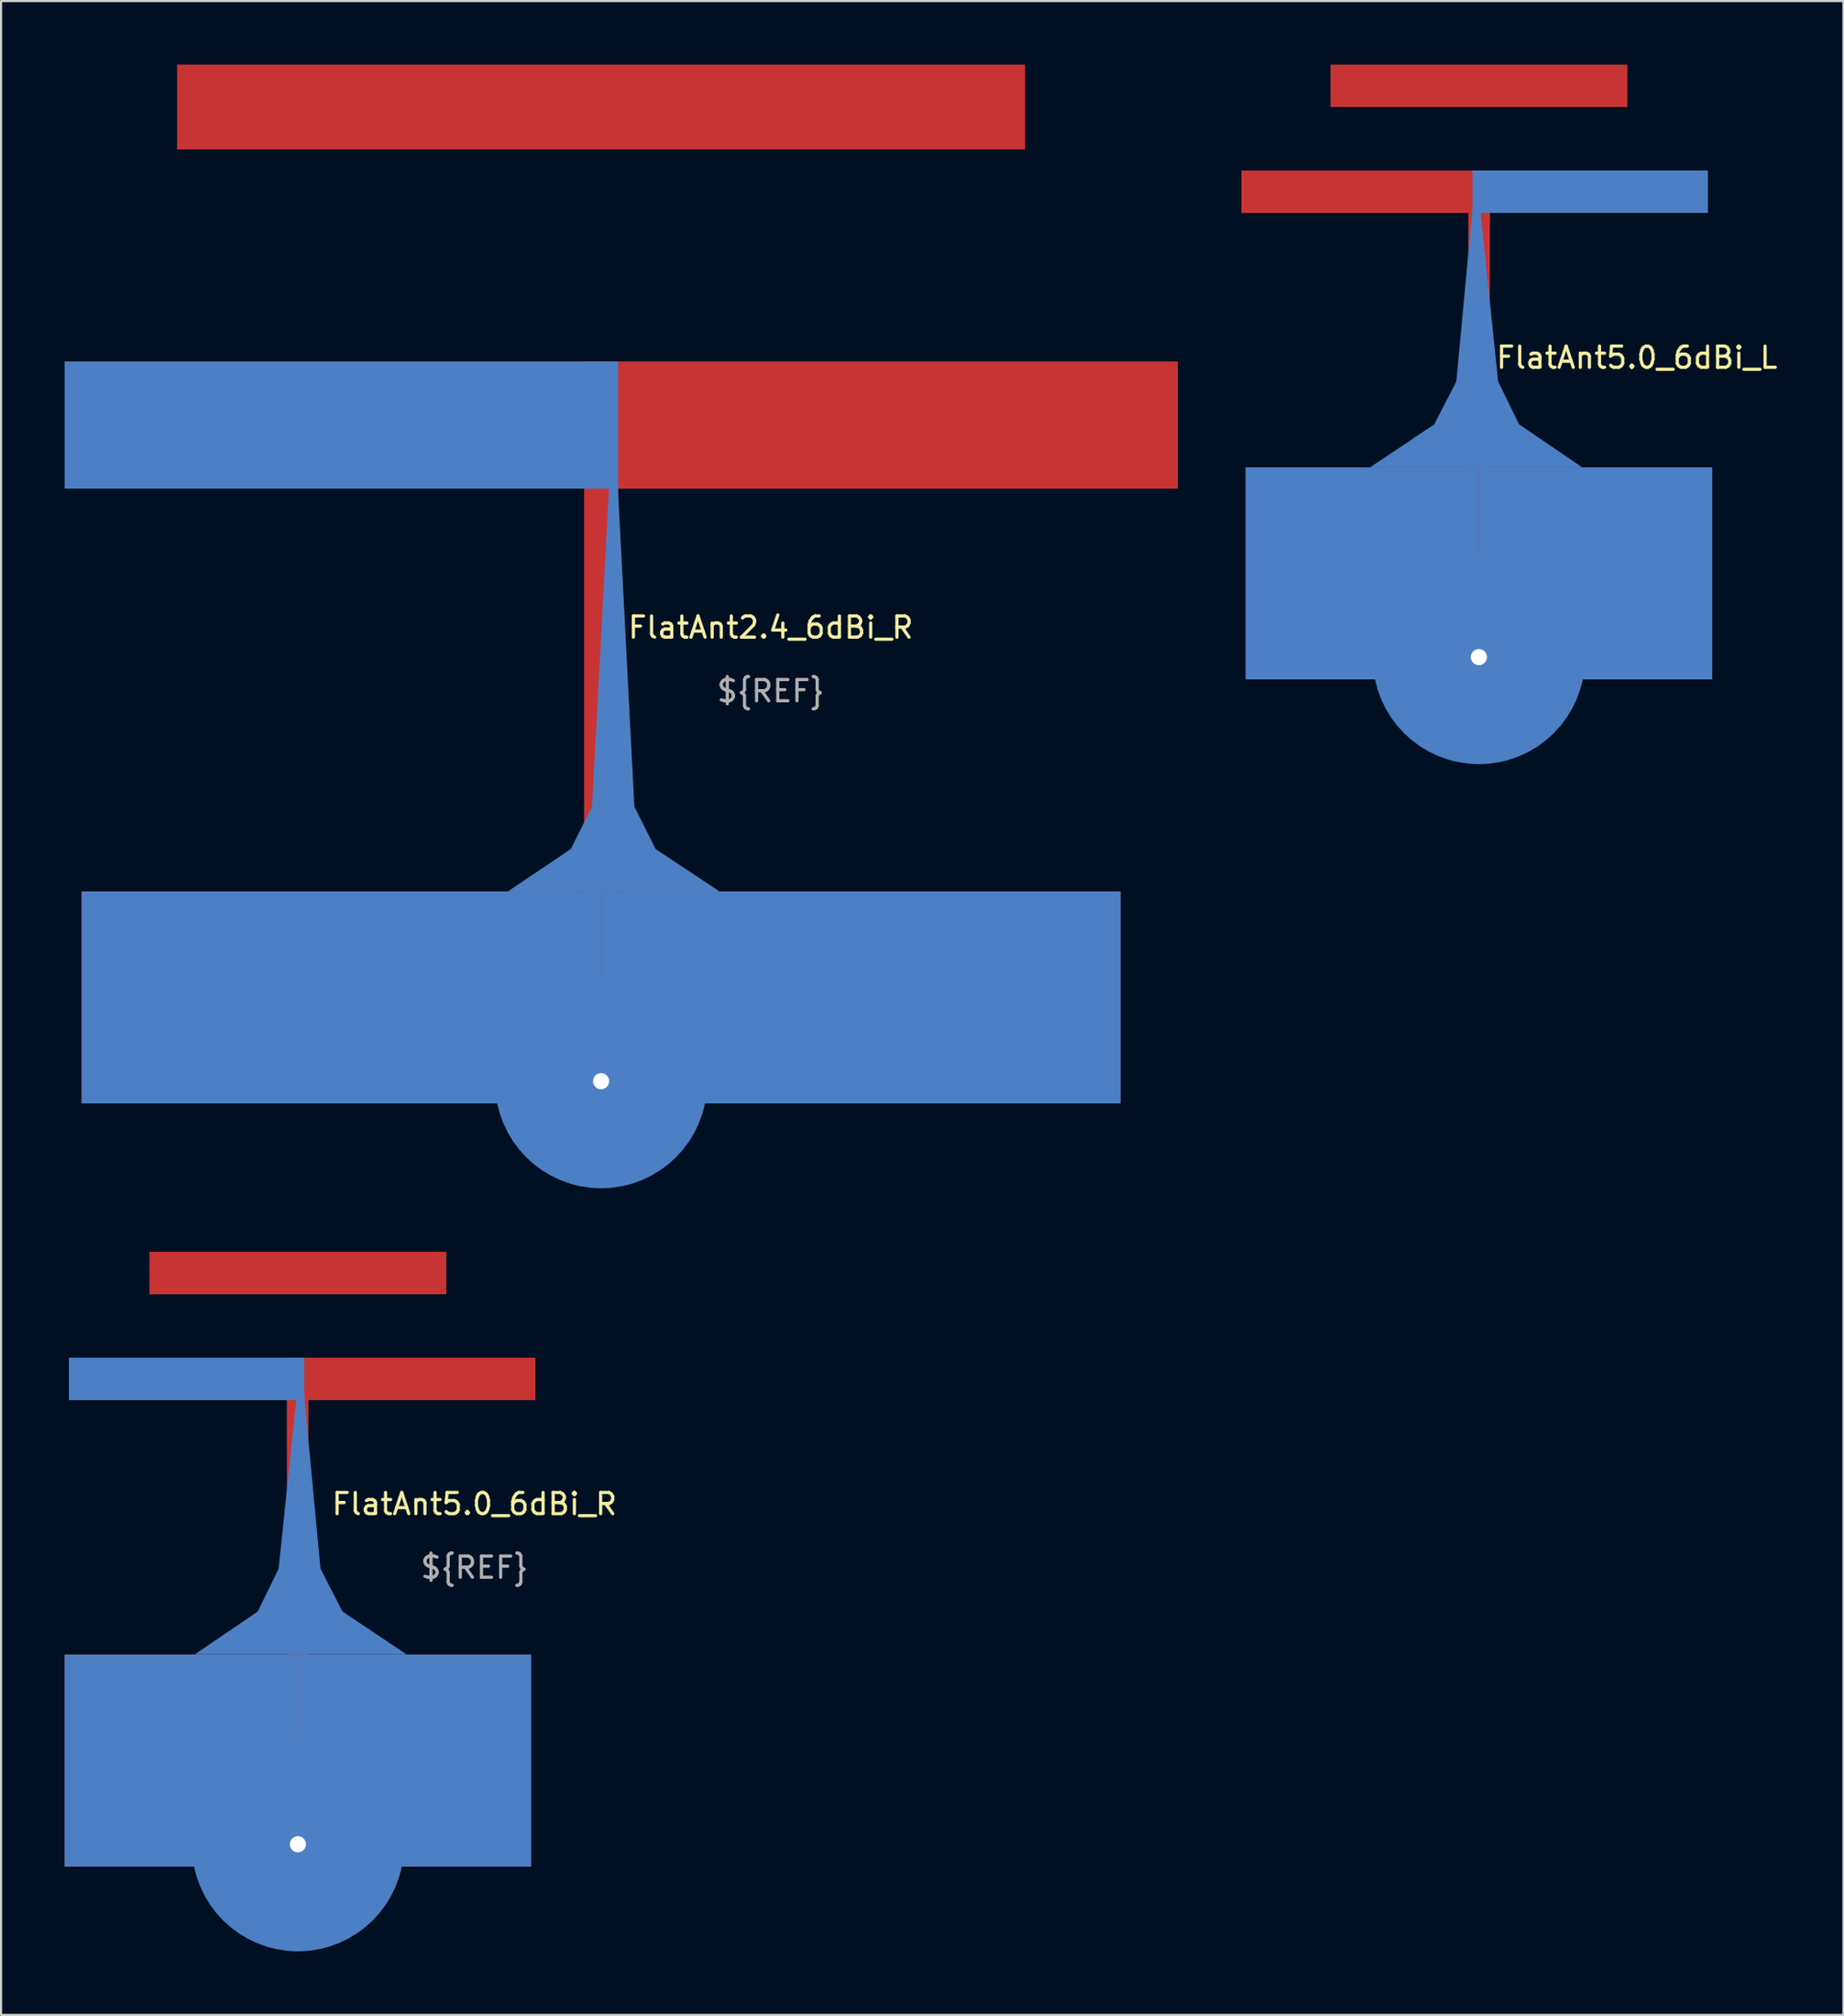
<source format=kicad_pcb>
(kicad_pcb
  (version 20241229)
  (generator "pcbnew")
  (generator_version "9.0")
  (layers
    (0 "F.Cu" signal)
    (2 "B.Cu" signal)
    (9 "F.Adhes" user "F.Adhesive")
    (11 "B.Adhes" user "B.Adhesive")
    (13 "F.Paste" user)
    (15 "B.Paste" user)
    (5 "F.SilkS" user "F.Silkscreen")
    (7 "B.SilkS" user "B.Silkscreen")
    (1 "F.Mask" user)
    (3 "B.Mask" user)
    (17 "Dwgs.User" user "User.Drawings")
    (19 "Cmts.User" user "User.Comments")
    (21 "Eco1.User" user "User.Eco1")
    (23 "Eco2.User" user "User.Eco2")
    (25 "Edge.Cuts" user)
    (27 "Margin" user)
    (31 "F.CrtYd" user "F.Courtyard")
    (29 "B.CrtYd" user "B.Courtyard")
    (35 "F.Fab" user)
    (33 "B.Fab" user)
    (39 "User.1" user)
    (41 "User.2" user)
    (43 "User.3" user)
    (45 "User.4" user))
  (footprint "FlatAnt5.0_6dBi_L"
    (layer "F.Cu")
    (at 66.7 8.945)
    (property "Reference" "FlatAnt5.0_6dBi_L" (at 7.45 4.875 0) (unlocked yes) (layer "F.SilkS") (effects (font (size 1 1) (thickness 0.15))))
    (attr exclude_from_pos_files exclude_from_bom)
    (fp_poly (pts (xy 7 -6.945) (xy -7 -6.945) (xy -7 -8.945) (xy 7 -8.945)) (stroke (width 0.0001) (type solid)) (fill yes) (layer "F.Cu"))
    (fp_poly (pts (xy -1 17.05) (xy -2.5 20.05) (xy -11 20.05) (xy -11 10.05) (xy -1 10.05)) (stroke (width 0.0001) (type solid)) (fill yes) (layer "F.Cu"))
    (fp_poly (pts (xy 11 20.05) (xy 2.5 20.05) (xy 1 17.05) (xy 1 10.05) (xy 11 10.05)) (stroke (width 0.0001) (type solid)) (fill yes) (layer "F.Cu"))
    (fp_poly (pts (xy 0.5 17.05) (xy 2 20.05) (xy -2 20.05) (xy -0.5 17.05) (xy -0.5 -1.95) (xy -11.2 -1.95) (xy -11.2 -3.95) (xy 0.525 -3.95)) (stroke (width 0.0001) (type solid)) (fill yes) (layer "F.Cu"))
    (fp_poly (pts (xy 2 20.05) (xy -2 20.05) (xy -0.5 17.05) (xy 0.5 17.05)) (stroke (width 0.0001) (type solid)) (fill yes) (layer "F.Mask"))
    (fp_circle (center 0 19.05) (end 2.5 19.05) (stroke (width 5) (type solid)) (fill no) (layer "B.Cu"))
    (fp_poly (pts (xy 0 20.05) (xy -11 20.05) (xy -11 10.05) (xy 0 10.05)) (stroke (width 0.0001) (type solid)) (fill yes) (layer "B.Cu"))
    (fp_poly (pts (xy 10.8 -1.95) (xy 10.8 -3.95) (xy -0.3 -3.95) (xy -0.3 -1.95)) (stroke (width 0.0001) (type solid)) (fill yes) (layer "B.Cu"))
    (fp_poly (pts (xy 11 20.05) (xy 0 20.05) (xy 0 10.05) (xy 11 10.05)) (stroke (width 0.0001) (type solid)) (fill yes) (layer "B.Cu"))
    (fp_poly (pts (xy 0.909 6.002) (xy 1.895 8.022) (xy 4.87 10.047) (xy -5.13 10.047) (xy -2.105 8.022) (xy -1.066 6.002) (xy -0.13 -3.953)) (stroke (width 0.0001) (type solid)) (fill yes) (layer "B.Cu"))
    (fp_arc (start 1.25 15.225162) (mid 3.787635 18.906417) (end 1.260294 22.594746) (stroke (width 2.5) (type solid)) (layer "B.Mask"))
    (fp_poly (pts (xy 1.47 23.83) (xy 0 24.05) (xy 0 19.555) (xy 2.5 19.55)) (stroke (width 0.0001) (type solid)) (fill yes) (layer "B.Mask"))
    (fp_poly (pts (xy 2.57 19.56) (xy 0.54 19.56) (xy 0.54 18.45) (xy 2.57 18.45)) (stroke (width 0.0001) (type solid)) (fill yes) (layer "B.Mask"))
    (fp_poly (pts (xy 2.75 18.45) (xy 0 18.45) (xy 0 13.97) (xy 1.29 13.97)) (stroke (width 0.0001) (type solid)) (fill yes) (layer "B.Mask"))
    (fp_poly (pts (xy 0.325 13.651) (xy 0.52 13.69) (xy 0.68 13.72) (xy 0.88 13.77) (xy 1.21 13.88) (xy 1.59 14.02) (xy 0 13.98) (xy 0 13.63) (xy 0.13 13.63)) (stroke (width 0.0001) (type solid)) (fill yes) (layer "B.Mask"))
    (fp_poly (pts (xy 1.26 23.89) (xy 1.09 23.93) (xy 0.89 23.97) (xy 0.64 24.01) (xy 0.45 24.03) (xy 0.3 24.04) (xy 0.09 24.05) (xy 0 24.05) (xy 1.47 23.83)) (stroke (width 0.0001) (type solid)) (fill yes) (layer "B.Mask"))
    (fp_poly (pts (xy 0.61 19.57) (xy 0.02 19.57) (xy 0.11 19.55) (xy 0.22 19.51) (xy 0.32 19.46) (xy 0.41 19.39) (xy 0.47 19.32) (xy 0.537 19.184) (xy 0.549 18.961) (xy 0.511 18.819) (xy 0.46 18.73) (xy 0.41 18.66) (xy 0.35 18.59) (xy 0.28 18.53) (xy 0.21 18.49) (xy 0.11 18.45) (xy 0.61 18.45)) (stroke (width 0.0001) (type solid)) (fill yes) (layer "B.Mask"))
    (pad "" np_thru_hole circle (at 0 19) (size 1.524 1.524) (drill 0.762) (layers "F.Cu" "F.Mask"))
    (pad "2" smd circle (at 1.8 19) (size 2 2) (layers "B.Cu")))
  (footprint "FlatAnt2.4_6dBi_R"
    (layer "F.Cu")
    (at 25.3 27.55)
    (property "Reference" "FlatAnt2.4_6dBi_R" (at 8 -1 0) (unlocked yes) (layer "F.SilkS") (effects (font (size 1 1) (thickness 0.15))))
    (attr exclude_from_pos_files exclude_from_bom)
    (fp_poly (pts (xy 20 -23.55) (xy -20 -23.55) (xy -20 -27.55) (xy 20 -27.55)) (stroke (width 0.0001) (type solid)) (fill yes) (layer "F.Cu"))
    (fp_poly (pts (xy -1.1 18.45) (xy -2.25 21.45) (xy -24.5 21.45) (xy -24.5 11.45) (xy -1.1 11.45)) (stroke (width 0.0001) (type solid)) (fill yes) (layer "F.Cu"))
    (fp_poly (pts (xy 24.5 21.45) (xy 2.25 21.45) (xy 1.1 18.45) (xy 1.1 11.45) (xy 24.5 11.45)) (stroke (width 0.0001) (type solid)) (fill yes) (layer "F.Cu"))
    (fp_poly (pts (xy -0.8 18.45) (xy -2 21.45) (xy 2 21.45) (xy 0.8 18.45) (xy 0.8 -7.55) (xy 27.2 -7.55) (xy 27.2 -13.55) (xy -0.8 -13.55)) (stroke (width 0.0001) (type solid)) (fill yes) (layer "F.Cu"))
    (fp_poly (pts (xy 2 21.45) (xy -2 21.45) (xy -0.8 18.45) (xy 0.8 18.45)) (stroke (width 0.0001) (type solid)) (fill yes) (layer "F.Mask"))
    (fp_circle (center 0 20.45) (end 2.5 20.45) (stroke (width 5) (type solid)) (fill no) (layer "B.Cu"))
    (fp_poly (pts (xy -25.3 -7.55) (xy -25.3 -13.55) (xy 0.8 -13.55) (xy 0.8 -7.55)) (stroke (width 0.0001) (type solid)) (fill yes) (layer "B.Cu"))
    (fp_poly (pts (xy 0 21.45) (xy -24.5 21.45) (xy -24.5 11.45) (xy 0 11.45)) (stroke (width 0.0001) (type solid)) (fill yes) (layer "B.Cu"))
    (fp_poly (pts (xy 24.5 21.45) (xy 0 21.45) (xy 0 11.45) (xy 24.5 11.45)) (stroke (width 0.0001) (type solid)) (fill yes) (layer "B.Cu"))
    (fp_poly (pts (xy -0.43 7.45) (xy -1.43 9.45) (xy -4.4 11.45) (xy 5.587 11.45) (xy 2.57 9.45) (xy 1.57 7.45) (xy 0.587 -11.55)) (stroke (width 0.0001) (type solid)) (fill yes) (layer "B.Cu"))
    (fp_arc (start 1.25 16.625162) (mid 3.787635 20.306417) (end 1.260294 23.994746) (stroke (width 2.5) (type solid)) (layer "B.Mask"))
    (fp_poly (pts (xy 1.47 25.23) (xy 0 25.45) (xy 0 20.955) (xy 2.5 20.95)) (stroke (width 0.0001) (type solid)) (fill yes) (layer "B.Mask"))
    (fp_poly (pts (xy 2.57 20.96) (xy 0.54 20.96) (xy 0.54 19.85) (xy 2.57 19.85)) (stroke (width 0.0001) (type solid)) (fill yes) (layer "B.Mask"))
    (fp_poly (pts (xy 2.75 19.85) (xy 0 19.85) (xy 0 15.37) (xy 1.29 15.37)) (stroke (width 0.0001) (type solid)) (fill yes) (layer "B.Mask"))
    (fp_poly (pts (xy 0.325 15.051) (xy 0.52 15.09) (xy 0.68 15.12) (xy 0.88 15.17) (xy 1.21 15.28) (xy 1.59 15.42) (xy 0 15.38) (xy 0 15.03) (xy 0.13 15.03)) (stroke (width 0.0001) (type solid)) (fill yes) (layer "B.Mask"))
    (fp_poly (pts (xy 1.26 25.29) (xy 1.09 25.33) (xy 0.89 25.37) (xy 0.64 25.41) (xy 0.45 25.43) (xy 0.3 25.44) (xy 0.09 25.45) (xy 0 25.45) (xy 1.47 25.23)) (stroke (width 0.0001) (type solid)) (fill yes) (layer "B.Mask"))
    (fp_poly (pts (xy 0.61 20.97) (xy 0.02 20.97) (xy 0.11 20.95) (xy 0.22 20.91) (xy 0.32 20.86) (xy 0.41 20.79) (xy 0.47 20.72) (xy 0.537 20.584) (xy 0.549 20.361) (xy 0.511 20.219) (xy 0.46 20.13) (xy 0.41 20.06) (xy 0.35 19.99) (xy 0.28 19.93) (xy 0.21 19.89) (xy 0.11 19.85) (xy 0.61 19.85)) (stroke (width 0.0001) (type solid)) (fill yes) (layer "B.Mask"))
    (fp_text user "${REF}" (at 8 2 0) (unlocked yes) (layer "F.Fab") (effects (font (size 1 1) (thickness 0.15))))
    (pad "" np_thru_hole circle (at 0 20.4) (size 1.524 1.524) (drill 0.762) (layers "F.Cu" "F.Mask"))
    (pad "2" smd circle (at 1.8 20.4) (size 2 2) (layers "B.Cu")))
  (footprint "FlatAnt5.0_6dBi_R"
    (layer "F.Cu")
    (at 11 64.945)
    (property "Reference" "FlatAnt5.0_6dBi_R" (at 8.325 2.95 0) (unlocked yes) (layer "F.SilkS") (effects (font (size 1 1) (thickness 0.15))))
    (attr exclude_from_pos_files exclude_from_bom)
    (fp_poly (pts (xy 7 -6.945) (xy -7 -6.945) (xy -7 -8.945) (xy 7 -8.945)) (stroke (width 0.0001) (type solid)) (fill yes) (layer "F.Cu"))
    (fp_poly (pts (xy -1 17.05) (xy -2.5 20.05) (xy -11 20.05) (xy -11 10.05) (xy -1 10.05)) (stroke (width 0.0001) (type solid)) (fill yes) (layer "F.Cu"))
    (fp_poly (pts (xy 11 20.05) (xy 2.5 20.05) (xy 1 17.05) (xy 1 10.05) (xy 11 10.05)) (stroke (width 0.0001) (type solid)) (fill yes) (layer "F.Cu"))
    (fp_poly (pts (xy -0.5 17.05) (xy -2 20.05) (xy 2 20.05) (xy 0.5 17.05) (xy 0.5 -1.95) (xy 11.2 -1.95) (xy 11.2 -3.95) (xy -0.525 -3.95)) (stroke (width 0.0001) (type solid)) (fill yes) (layer "F.Cu"))
    (fp_poly (pts (xy 2 20.05) (xy -2 20.05) (xy -0.5 17.05) (xy 0.5 17.05)) (stroke (width 0.0001) (type solid)) (fill yes) (layer "F.Mask"))
    (fp_circle (center 0 19.05) (end 2.5 19.05) (stroke (width 5) (type solid)) (fill no) (layer "B.Cu"))
    (fp_poly (pts (xy -10.8 -1.95) (xy -10.8 -3.95) (xy 0.3 -3.95) (xy 0.3 -1.95)) (stroke (width 0.0001) (type solid)) (fill yes) (layer "B.Cu"))
    (fp_poly (pts (xy 0 20.05) (xy -11 20.05) (xy -11 10.05) (xy 0 10.05)) (stroke (width 0.0001) (type solid)) (fill yes) (layer "B.Cu"))
    (fp_poly (pts (xy 11 20.05) (xy 0 20.05) (xy 0 10.05) (xy 11 10.05)) (stroke (width 0.0001) (type solid)) (fill yes) (layer "B.Cu"))
    (fp_poly (pts (xy -0.909 6.002) (xy -1.895 8.022) (xy -4.87 10.047) (xy 5.13 10.047) (xy 2.105 8.022) (xy 1.066 6.002) (xy 0.13 -3.953)) (stroke (width 0.0001) (type solid)) (fill yes) (layer "B.Cu"))
    (fp_arc (start 1.25 15.225162) (mid 3.787635 18.906417) (end 1.260294 22.594746) (stroke (width 2.5) (type solid)) (layer "B.Mask"))
    (fp_poly (pts (xy 1.47 23.83) (xy 0 24.05) (xy 0 19.555) (xy 2.5 19.55)) (stroke (width 0.0001) (type solid)) (fill yes) (layer "B.Mask"))
    (fp_poly (pts (xy 2.57 19.56) (xy 0.54 19.56) (xy 0.54 18.45) (xy 2.57 18.45)) (stroke (width 0.0001) (type solid)) (fill yes) (layer "B.Mask"))
    (fp_poly (pts (xy 2.75 18.45) (xy 0 18.45) (xy 0 13.97) (xy 1.29 13.97)) (stroke (width 0.0001) (type solid)) (fill yes) (layer "B.Mask"))
    (fp_poly (pts (xy 0.325 13.651) (xy 0.52 13.69) (xy 0.68 13.72) (xy 0.88 13.77) (xy 1.21 13.88) (xy 1.59 14.02) (xy 0 13.98) (xy 0 13.63) (xy 0.13 13.63)) (stroke (width 0.0001) (type solid)) (fill yes) (layer "B.Mask"))
    (fp_poly (pts (xy 1.26 23.89) (xy 1.09 23.93) (xy 0.89 23.97) (xy 0.64 24.01) (xy 0.45 24.03) (xy 0.3 24.04) (xy 0.09 24.05) (xy 0 24.05) (xy 1.47 23.83)) (stroke (width 0.0001) (type solid)) (fill yes) (layer "B.Mask"))
    (fp_poly (pts (xy 0.61 19.57) (xy 0.02 19.57) (xy 0.11 19.55) (xy 0.22 19.51) (xy 0.32 19.46) (xy 0.41 19.39) (xy 0.47 19.32) (xy 0.537 19.184) (xy 0.549 18.961) (xy 0.511 18.819) (xy 0.46 18.73) (xy 0.41 18.66) (xy 0.35 18.59) (xy 0.28 18.53) (xy 0.21 18.49) (xy 0.11 18.45) (xy 0.61 18.45)) (stroke (width 0.0001) (type solid)) (fill yes) (layer "B.Mask"))
    (fp_text user "${REF}" (at 8.325 5.95 0) (unlocked yes) (layer "F.Fab") (effects (font (size 1 1) (thickness 0.15))))
    (pad "1" thru_hole circle (at 0 19) (size 1.524 1.524) (drill 0.762) (layers "F.Cu" "F.Mask"))
    (pad "2" smd circle (at 1.8 19) (size 2 2) (layers "B.Cu")))
  (gr_rect
    (start -3 -3)
    (end 83.894 91.995)
    (stroke (width 0.1) (type default))
    (fill no)
    (layer "Edge.Cuts")))
</source>
